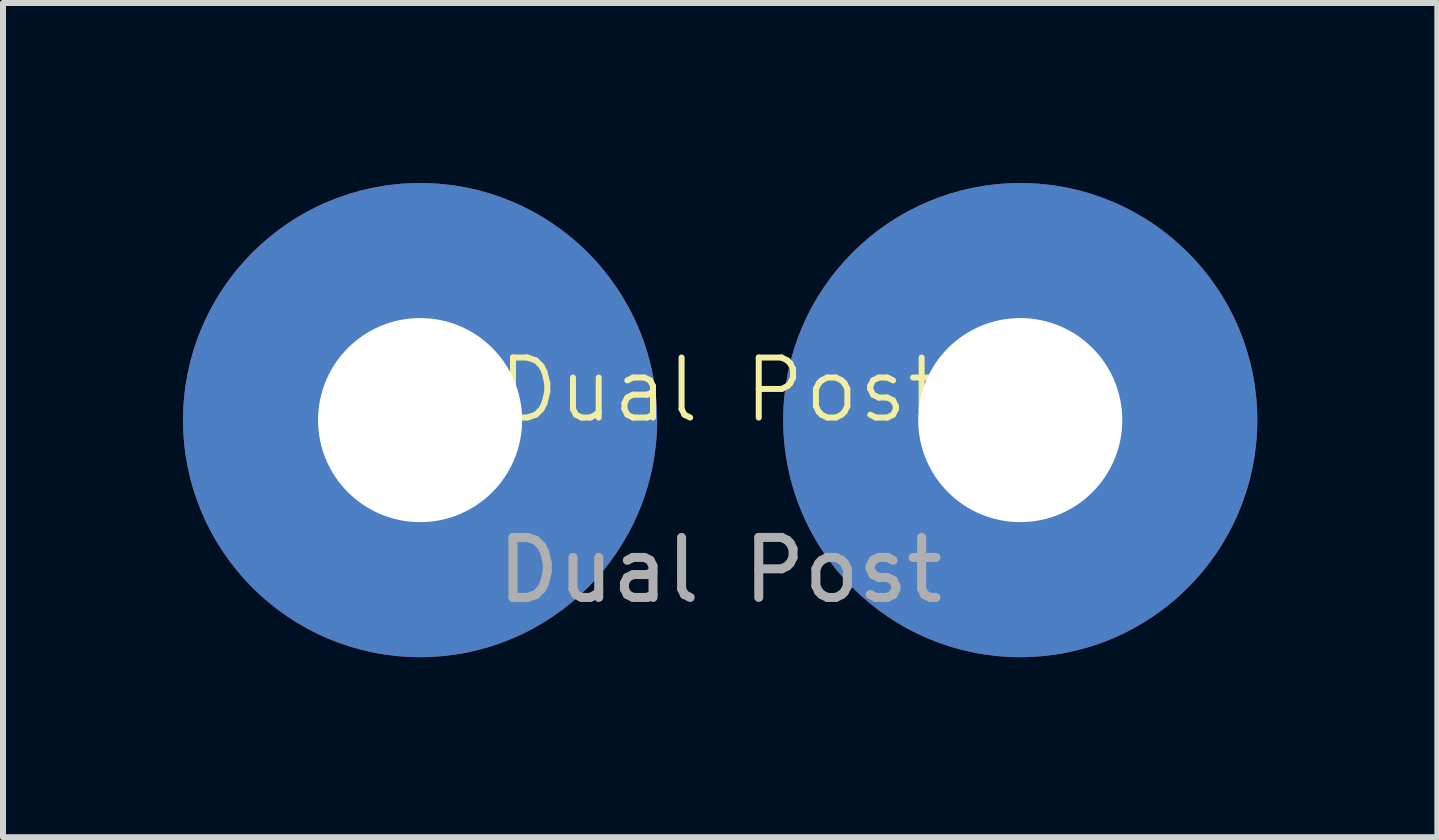
<source format=kicad_pcb>
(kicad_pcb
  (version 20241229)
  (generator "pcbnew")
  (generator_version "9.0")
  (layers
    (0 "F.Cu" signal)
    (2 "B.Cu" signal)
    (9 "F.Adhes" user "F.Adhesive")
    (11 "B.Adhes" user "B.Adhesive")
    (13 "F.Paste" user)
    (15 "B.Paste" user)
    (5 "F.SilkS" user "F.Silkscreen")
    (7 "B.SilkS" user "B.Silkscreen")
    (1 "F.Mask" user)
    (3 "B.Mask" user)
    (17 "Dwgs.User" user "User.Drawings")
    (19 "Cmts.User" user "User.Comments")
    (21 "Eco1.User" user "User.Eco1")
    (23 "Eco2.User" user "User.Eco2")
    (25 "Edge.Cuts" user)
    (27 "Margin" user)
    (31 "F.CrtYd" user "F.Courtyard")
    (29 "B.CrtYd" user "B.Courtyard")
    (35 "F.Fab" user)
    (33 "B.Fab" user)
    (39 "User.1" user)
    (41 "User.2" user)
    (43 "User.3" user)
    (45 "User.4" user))
  (footprint "Dual Post"
    (layer "F.Cu")
    (at 8.95 3.95)
    (property "Reference" "Dual Post" (at 0 -0.5 0) (unlocked yes) (layer "F.SilkS") (effects (font (size 1 1) (thickness 0.1))))
    (attr smd)
    (fp_text user "${REFERENCE}" (at 0 2.5 0) (unlocked yes) (layer "F.Fab") (effects (font (size 1 1) (thickness 0.15))))
    (pad "1" thru_hole circle (at -5 0) (size 7.9 7.9) (drill 3.4) (layers "*.Cu" "*.Mask"))
    (pad "2" thru_hole circle (at 5 0) (size 7.9 7.9) (drill 3.4) (layers "*.Cu" "*.Mask")))
  (gr_rect
    (start -3 -3)
    (end 20.9 10.9)
    (stroke (width 0.1) (type default))
    (fill no)
    (layer "Edge.Cuts")))
</source>
